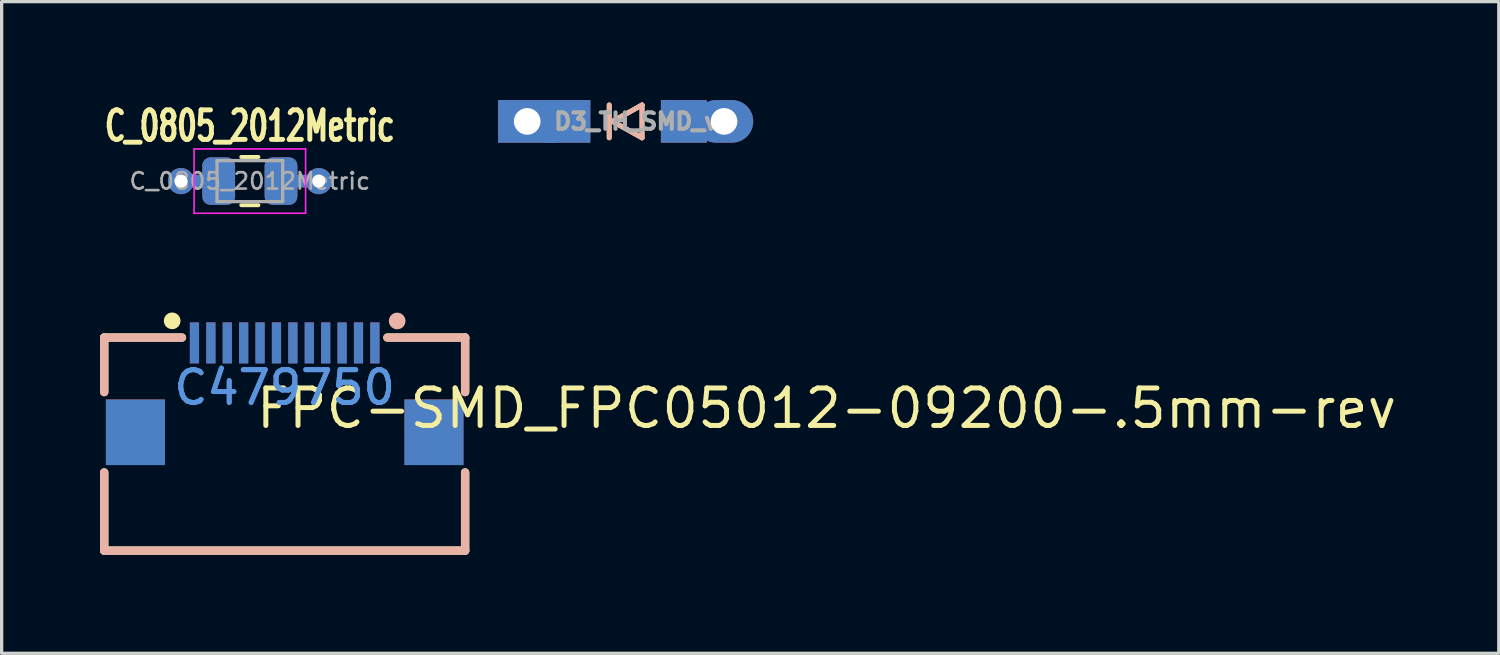
<source format=kicad_pcb>
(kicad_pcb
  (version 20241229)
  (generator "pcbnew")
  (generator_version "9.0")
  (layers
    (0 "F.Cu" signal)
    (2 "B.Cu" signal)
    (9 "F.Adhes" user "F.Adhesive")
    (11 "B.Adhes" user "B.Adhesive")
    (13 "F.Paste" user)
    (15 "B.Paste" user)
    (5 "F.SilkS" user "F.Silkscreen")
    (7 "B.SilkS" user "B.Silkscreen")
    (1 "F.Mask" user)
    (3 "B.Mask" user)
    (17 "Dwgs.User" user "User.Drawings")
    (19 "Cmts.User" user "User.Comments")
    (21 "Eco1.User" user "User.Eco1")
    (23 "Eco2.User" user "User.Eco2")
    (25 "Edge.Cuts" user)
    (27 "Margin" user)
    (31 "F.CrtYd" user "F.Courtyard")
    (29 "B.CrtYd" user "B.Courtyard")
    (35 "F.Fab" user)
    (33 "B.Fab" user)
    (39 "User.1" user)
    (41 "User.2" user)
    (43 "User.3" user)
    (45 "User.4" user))
  (footprint "C_0805_2012Metric"
    (layer "F.Cu")
    (at 4.565 2.47)
    (property "Reference" "C_0805_2012Metric" (at 0 -1.68 0) (layer "F.SilkS") (effects (font (size 0.9 0.6) (thickness 0.15))))
    (attr smd)
    (fp_line (start -0.261 -0.735) (end 0.261 -0.735) (stroke (width 0.12) (type solid)) (layer "F.SilkS"))
    (fp_line (start -0.261 0.735) (end 0.261 0.735) (stroke (width 0.12) (type solid)) (layer "F.SilkS"))
    (fp_line (start -1.7 -0.98) (end 1.7 -0.98) (stroke (width 0.05) (type solid)) (layer "F.CrtYd"))
    (fp_line (start -1.7 0.98) (end -1.7 -0.98) (stroke (width 0.05) (type solid)) (layer "F.CrtYd"))
    (fp_line (start 1.7 -0.98) (end 1.7 0.98) (stroke (width 0.05) (type solid)) (layer "F.CrtYd"))
    (fp_line (start 1.7 0.98) (end -1.7 0.98) (stroke (width 0.05) (type solid)) (layer "F.CrtYd"))
    (fp_line (start -1 -0.625) (end 1 -0.625) (stroke (width 0.1) (type solid)) (layer "F.Fab"))
    (fp_line (start -1 0.625) (end -1 -0.625) (stroke (width 0.1) (type solid)) (layer "F.Fab"))
    (fp_line (start 1 -0.625) (end 1 0.625) (stroke (width 0.1) (type solid)) (layer "F.Fab"))
    (fp_line (start 1 0.625) (end -1 0.625) (stroke (width 0.1) (type solid)) (layer "F.Fab"))
    (fp_text user "${REFERENCE}" (at 0 0 0) (layer "F.Fab") (effects (font (size 0.5 0.5) (thickness 0.08))))
    (pad "1" thru_hole custom (at -2.1 0) (size 0.8 0.8) (drill 0.4) (layers "*.Cu") (options (anchor circle)) (primitives (gr_line (start 1.188 0) (end 0 0) (width 0.381))))
    (pad "1" smd roundrect (at -0.95 0) (size 1 1.45) (layers "F.Cu" "F.Mask" "F.Paste") (roundrect_rratio 0.25))
    (pad "1" smd roundrect (at -0.95 0) (size 1 1.45) (layers "B.Cu" "B.Mask" "B.Paste") (roundrect_rratio 0.25))
    (pad "2" smd roundrect (at 0.95 0) (size 1 1.45) (layers "F.Cu" "F.Mask" "F.Paste") (roundrect_rratio 0.25))
    (pad "2" smd roundrect (at 0.95 0) (size 1 1.45) (layers "B.Cu" "B.Mask" "B.Paste") (roundrect_rratio 0.25))
    (pad "2" thru_hole custom (at 2.1 0) (size 0.8 0.8) (drill 0.4) (layers "*.Cu") (options (anchor circle)) (primitives (gr_line (start -0.013 0) (end -1.2 0) (width 0.381)))))
  (footprint "D3_TH_SMD_v2"
    (layer "F.Cu")
    (at 16.019 0.65)
    (property "Reference" "D3_TH_SMD_v2" (at 0.55 0 180) (layer "F.Fab") (effects (font (size 0.5 0.5) (thickness 0.125))))
    (attr smd)
    (fp_line (start -0.5 -0.5) (end -0.5 0.5) (stroke (width 0.15) (type solid)) (layer "F.SilkS"))
    (fp_line (start -0.4 0) (end 0.5 -0.5) (stroke (width 0.15) (type solid)) (layer "F.SilkS"))
    (fp_line (start 0.5 -0.5) (end 0.5 0.5) (stroke (width 0.15) (type solid)) (layer "F.SilkS"))
    (fp_line (start 0.5 0.5) (end -0.4 0) (stroke (width 0.15) (type solid)) (layer "F.SilkS"))
    (fp_line (start -0.5 0.5) (end -0.5 -0.5) (stroke (width 0.15) (type solid)) (layer "B.SilkS"))
    (fp_line (start -0.4 0) (end 0.5 0.5) (stroke (width 0.15) (type solid)) (layer "B.SilkS"))
    (fp_line (start 0.5 -0.5) (end -0.4 0) (stroke (width 0.15) (type solid)) (layer "B.SilkS"))
    (fp_line (start 0.5 0.5) (end 0.5 -0.5) (stroke (width 0.15) (type solid)) (layer "B.SilkS"))
    (pad "1" thru_hole rect (at -3 0) (size 1.778 1.3) (drill 0.813) (layers "*.Cu" "*.Mask"))
    (pad "1" smd rect (at -1.775 0 180) (size 1.4 1.3) (layers "F.Cu" "F.Mask" "F.Paste"))
    (pad "1" smd rect (at -1.775 0 180) (size 1.4 1.3) (layers "B.Cu" "B.Mask" "B.Paste"))
    (pad "2" smd rect (at 1.775 0 180) (size 1.4 1.3) (layers "F.Cu" "F.Mask" "F.Paste"))
    (pad "2" smd rect (at 1.775 0 180) (size 1.4 1.3) (layers "B.Cu" "B.Mask" "B.Paste"))
    (pad "2" thru_hole oval (at 3 0) (size 1.778 1.3) (drill 0.813) (layers "*.Cu" "*.Mask")))
  (footprint "FPC-SMD_FPC05012-09200-.5mm-rev"
    (layer "F.Cu")
    (at 5.627 8.761)
    (property "Reference" "FPC-SMD_FPC05012-09200-.5mm-rev" (at -0.946 0.636 0) (layer "F.SilkS") (effects (font (size 1.143 1.143) (thickness 0.152)) (justify left)))
    (attr smd)
    (fp_line (start -5.5 -1.524) (end -3.131 -1.524) (stroke (width 0.254) (type solid)) (layer "F.SilkS"))
    (fp_line (start -5.5 0.137) (end -5.5 -1.524) (stroke (width 0.254) (type solid)) (layer "F.SilkS"))
    (fp_line (start -5.5 4.971) (end -5.5 2.588) (stroke (width 0.254) (type solid)) (layer "F.SilkS"))
    (fp_line (start 5.5 -1.524) (end 3.131 -1.524) (stroke (width 0.254) (type solid)) (layer "F.SilkS"))
    (fp_line (start 5.5 0.137) (end 5.5 -1.524) (stroke (width 0.254) (type solid)) (layer "F.SilkS"))
    (fp_line (start 5.5 4.971) (end -5.5 4.971) (stroke (width 0.254) (type solid)) (layer "F.SilkS"))
    (fp_line (start 5.5 4.971) (end 5.5 2.588) (stroke (width 0.254) (type solid)) (layer "F.SilkS"))
    (fp_circle (center -3.429 -2.032) (end -3.302 -2.032) (stroke (width 0.254) (type solid)) (fill no) (layer "F.SilkS"))
    (fp_line (start -5.5 -1.52) (end -3.131 -1.52) (stroke (width 0.254) (type solid)) (layer "B.SilkS"))
    (fp_line (start -5.5 0.141) (end -5.5 -1.52) (stroke (width 0.254) (type solid)) (layer "B.SilkS"))
    (fp_line (start -5.5 4.975) (end -5.5 2.592) (stroke (width 0.254) (type solid)) (layer "B.SilkS"))
    (fp_line (start -5.5 4.975) (end 5.5 4.975) (stroke (width 0.254) (type solid)) (layer "B.SilkS"))
    (fp_line (start 5.5 -1.52) (end 3.131 -1.52) (stroke (width 0.254) (type solid)) (layer "B.SilkS"))
    (fp_line (start 5.5 0.141) (end 5.5 -1.52) (stroke (width 0.254) (type solid)) (layer "B.SilkS"))
    (fp_line (start 5.5 4.975) (end 5.5 2.592) (stroke (width 0.254) (type solid)) (layer "B.SilkS"))
    (fp_circle (center 3.429 -2.028) (end 3.302 -2.028) (stroke (width 0.254) (type solid)) (fill no) (layer "B.SilkS"))
    (fp_text user "C479750" (at 0 0 0) (layer "Cmts.User") (effects (font (size 1 1) (thickness 0.15))))
    (fp_text user "C479750" (at 0 0.004 0) (layer "Cmts.User") (effects (font (size 1 1) (thickness 0.15))))
    (pad "1" smd rect (at -2.75 -1.362) (size 0.28 1.25) (layers "F.Cu" "F.Mask" "F.Paste"))
    (pad "1" smd rect (at 2.75 -1.358) (size 0.28 1.25) (layers "B.Cu" "B.Mask" "B.Paste"))
    (pad "2" smd rect (at -2.25 -1.362) (size 0.28 1.25) (layers "F.Cu" "F.Mask" "F.Paste"))
    (pad "2" smd rect (at 2.25 -1.358) (size 0.28 1.25) (layers "B.Cu" "B.Mask" "B.Paste"))
    (pad "3" smd rect (at -1.75 -1.362) (size 0.28 1.25) (layers "F.Cu" "F.Mask" "F.Paste"))
    (pad "3" smd rect (at 1.75 -1.358) (size 0.28 1.25) (layers "B.Cu" "B.Mask" "B.Paste"))
    (pad "4" smd rect (at -1.25 -1.362) (size 0.28 1.25) (layers "F.Cu" "F.Mask" "F.Paste"))
    (pad "4" smd rect (at 1.25 -1.358) (size 0.28 1.25) (layers "B.Cu" "B.Mask" "B.Paste"))
    (pad "5" smd rect (at -0.75 -1.362) (size 0.28 1.25) (layers "F.Cu" "F.Mask" "F.Paste"))
    (pad "5" smd rect (at 0.75 -1.358) (size 0.28 1.25) (layers "B.Cu" "B.Mask" "B.Paste"))
    (pad "6" smd rect (at -0.25 -1.362) (size 0.28 1.25) (layers "F.Cu" "F.Mask" "F.Paste"))
    (pad "6" smd rect (at 0.25 -1.358) (size 0.28 1.25) (layers "B.Cu" "B.Mask" "B.Paste"))
    (pad "7" smd rect (at -0.25 -1.358) (size 0.28 1.25) (layers "B.Cu" "B.Mask" "B.Paste"))
    (pad "7" smd rect (at 0.25 -1.362) (size 0.28 1.25) (layers "F.Cu" "F.Mask" "F.Paste"))
    (pad "8" smd rect (at -0.75 -1.358) (size 0.28 1.25) (layers "B.Cu" "B.Mask" "B.Paste"))
    (pad "8" smd rect (at 0.75 -1.362) (size 0.28 1.25) (layers "F.Cu" "F.Mask" "F.Paste"))
    (pad "9" smd rect (at -1.25 -1.358) (size 0.28 1.25) (layers "B.Cu" "B.Mask" "B.Paste"))
    (pad "9" smd rect (at 1.25 -1.362) (size 0.28 1.25) (layers "F.Cu" "F.Mask" "F.Paste"))
    (pad "10" smd rect (at -1.75 -1.358) (size 0.28 1.25) (layers "B.Cu" "B.Mask" "B.Paste"))
    (pad "10" smd rect (at 1.75 -1.362) (size 0.28 1.25) (layers "F.Cu" "F.Mask" "F.Paste"))
    (pad "11" smd rect (at -2.25 -1.358) (size 0.28 1.25) (layers "B.Cu" "B.Mask" "B.Paste"))
    (pad "11" smd rect (at 2.25 -1.362) (size 0.28 1.25) (layers "F.Cu" "F.Mask" "F.Paste"))
    (pad "12" smd rect (at -2.75 -1.358) (size 0.28 1.25) (layers "B.Cu" "B.Mask" "B.Paste"))
    (pad "12" smd rect (at 2.75 -1.362) (size 0.28 1.25) (layers "F.Cu" "F.Mask" "F.Paste"))
    (pad "13" smd rect (at -4.55 1.366) (size 1.8 2) (layers "B.Cu" "B.Mask" "B.Paste"))
    (pad "13" smd rect (at 4.55 1.362) (size 1.8 2) (layers "F.Cu" "F.Mask" "F.Paste"))
    (pad "14" smd rect (at -4.55 1.362) (size 1.8 2) (layers "F.Cu" "F.Mask" "F.Paste"))
    (pad "14" smd rect (at 4.55 1.366) (size 1.8 2) (layers "B.Cu" "B.Mask" "B.Paste")))
  (gr_rect
    (start -3 -3)
    (end 42.633 16.863)
    (stroke (width 0.1) (type default))
    (fill no)
    (layer "Edge.Cuts")))
</source>
